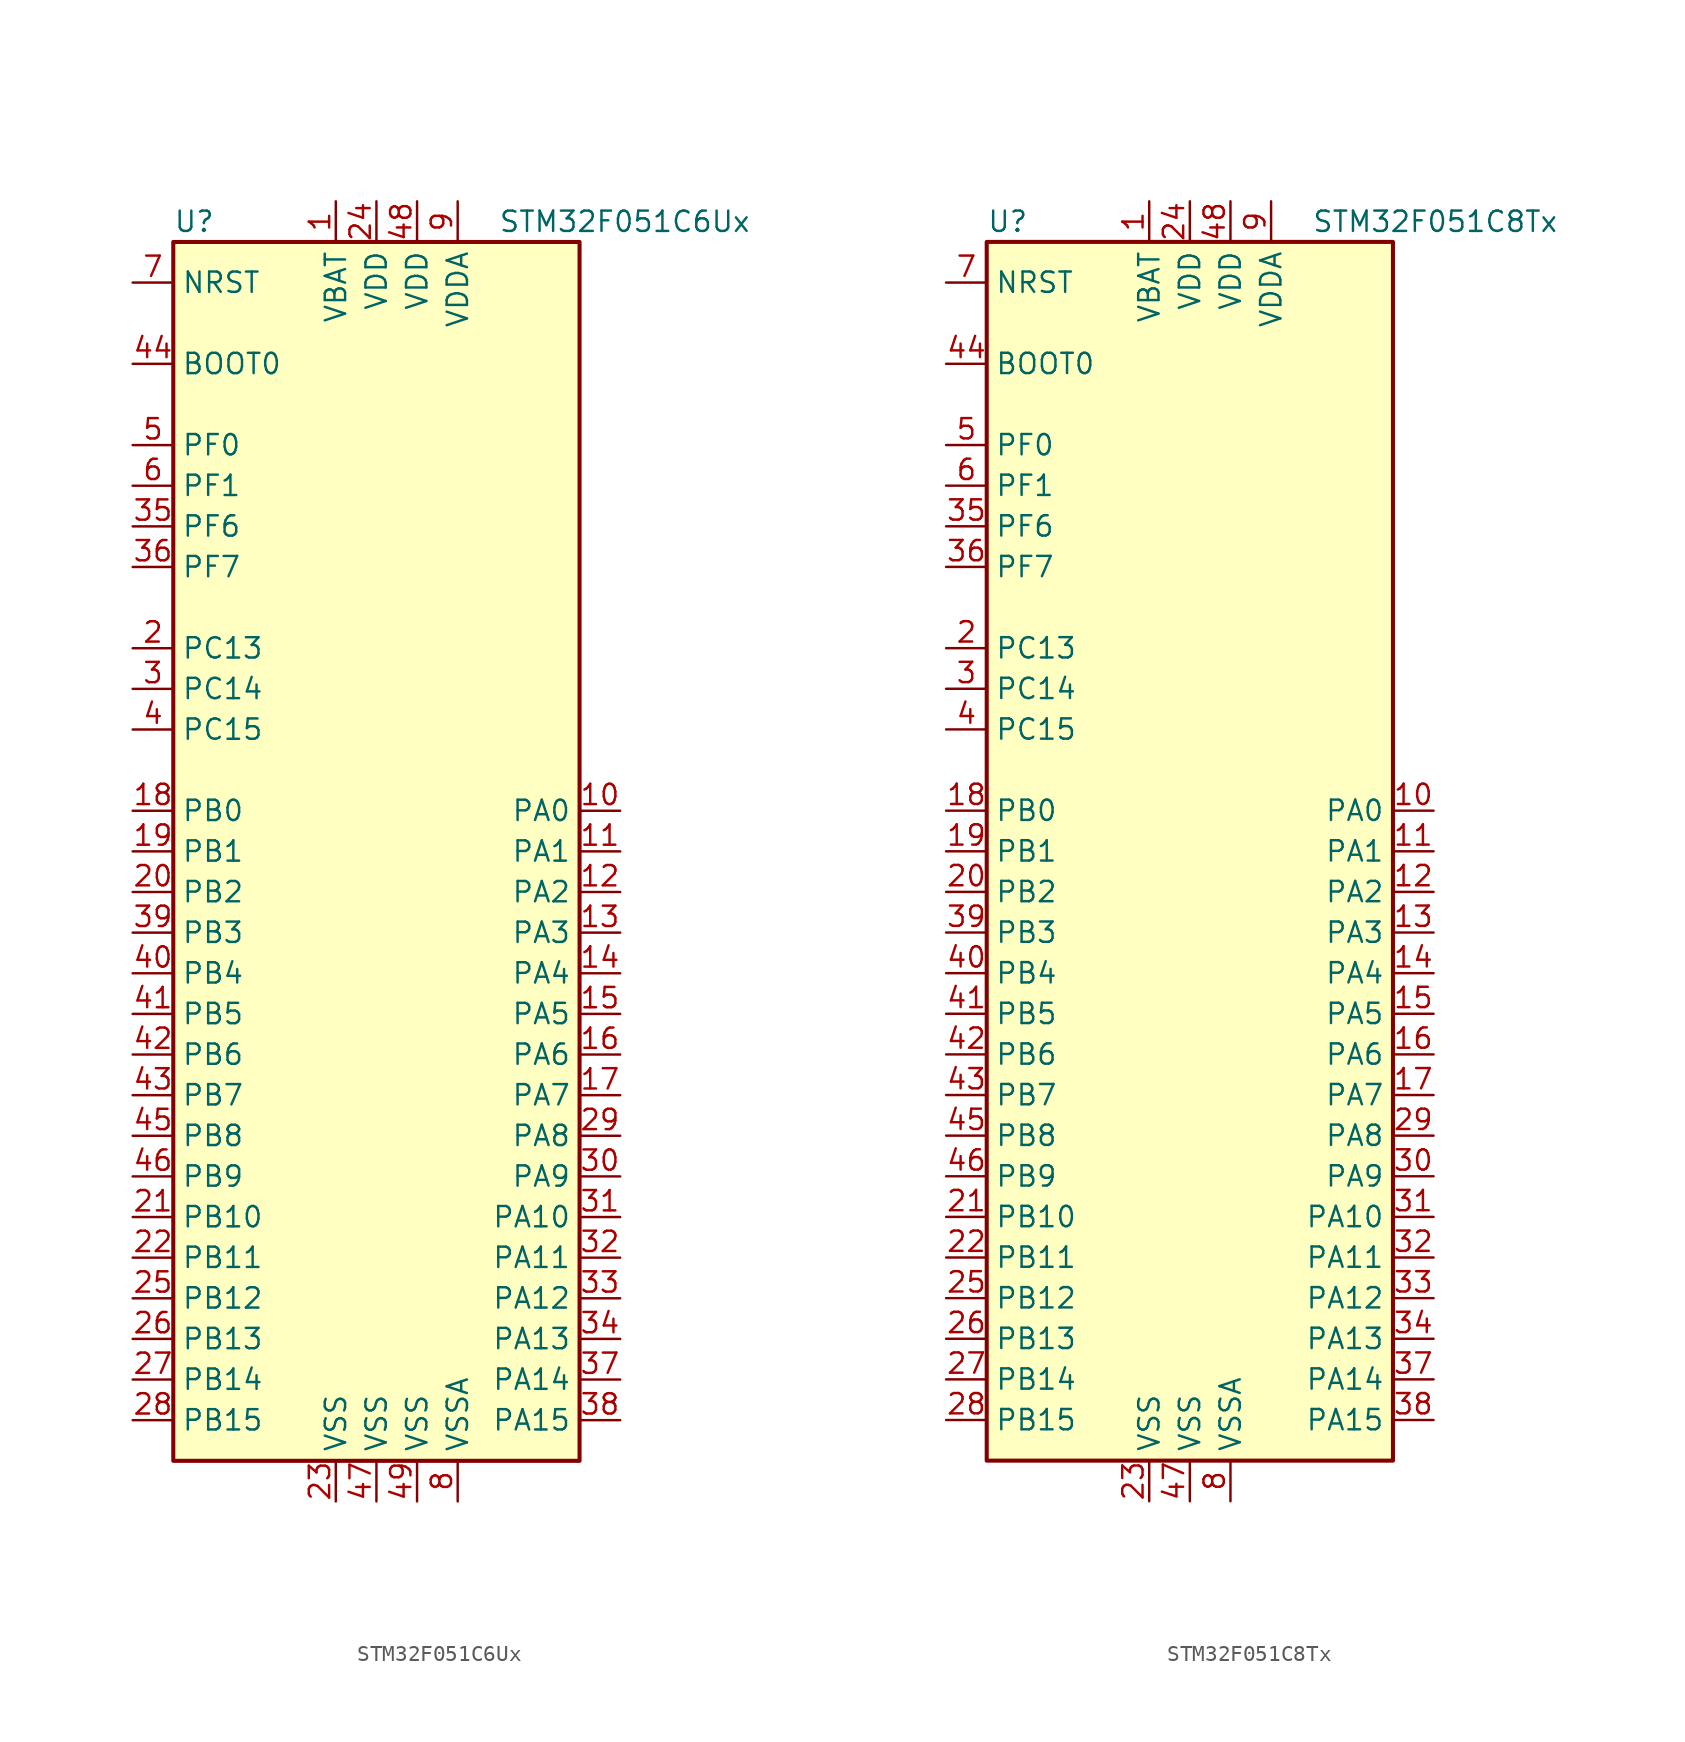
<source format=kicad_sym>
(kicad_symbol_lib
  (version 20201005)
  (generator kicad_symbol_editor)
  (symbol "STM32F051C6Ux"
    (property "Reference" "U"
      (at -12.7 39.37 0)
      (effects (font (size 1.27 1.27)) (justify left)))
    (property "Value" "STM32F051C6Ux"
      (at 7.62 39.37 0)
      (effects (font (size 1.27 1.27)) (justify left)))
    (symbol "STM32F051C6Ux_0_1"
      (rectangle (start -12.7 -38.1) (end 12.7 38.1) (stroke (width 0.254)) (fill (type background))))
    (symbol "STM32F051C6Ux_1_1"
      (pin input line (at -15.24 30.48 0) (length 2.54) (name "BOOT0" (effects (font (size 1.27 1.27)))) (number "44" (effects (font (size 1.27 1.27)))))
      (pin input line (at -15.24 35.56 0) (length 2.54) (name "NRST" (effects (font (size 1.27 1.27)))) (number "7" (effects (font (size 1.27 1.27)))))
      (pin bidirectional line (at 15.24 2.54 180) (length 2.54) (name "PA0" (effects (font (size 1.27 1.27)))) (number "10" (effects (font (size 1.27 1.27)))))
      (pin bidirectional line (at 15.24 0 180) (length 2.54) (name "PA1" (effects (font (size 1.27 1.27)))) (number "11" (effects (font (size 1.27 1.27)))))
      (pin bidirectional line (at 15.24 -22.86 180) (length 2.54) (name "PA10" (effects (font (size 1.27 1.27)))) (number "31" (effects (font (size 1.27 1.27)))))
      (pin bidirectional line (at 15.24 -25.4 180) (length 2.54) (name "PA11" (effects (font (size 1.27 1.27)))) (number "32" (effects (font (size 1.27 1.27)))))
      (pin bidirectional line (at 15.24 -27.94 180) (length 2.54) (name "PA12" (effects (font (size 1.27 1.27)))) (number "33" (effects (font (size 1.27 1.27)))))
      (pin bidirectional line (at 15.24 -30.48 180) (length 2.54) (name "PA13" (effects (font (size 1.27 1.27)))) (number "34" (effects (font (size 1.27 1.27)))))
      (pin bidirectional line (at 15.24 -33.02 180) (length 2.54) (name "PA14" (effects (font (size 1.27 1.27)))) (number "37" (effects (font (size 1.27 1.27)))))
      (pin bidirectional line (at 15.24 -35.56 180) (length 2.54) (name "PA15" (effects (font (size 1.27 1.27)))) (number "38" (effects (font (size 1.27 1.27)))))
      (pin bidirectional line (at 15.24 -2.54 180) (length 2.54) (name "PA2" (effects (font (size 1.27 1.27)))) (number "12" (effects (font (size 1.27 1.27)))))
      (pin bidirectional line (at 15.24 -5.08 180) (length 2.54) (name "PA3" (effects (font (size 1.27 1.27)))) (number "13" (effects (font (size 1.27 1.27)))))
      (pin bidirectional line (at 15.24 -7.62 180) (length 2.54) (name "PA4" (effects (font (size 1.27 1.27)))) (number "14" (effects (font (size 1.27 1.27)))))
      (pin bidirectional line (at 15.24 -10.16 180) (length 2.54) (name "PA5" (effects (font (size 1.27 1.27)))) (number "15" (effects (font (size 1.27 1.27)))))
      (pin bidirectional line (at 15.24 -12.7 180) (length 2.54) (name "PA6" (effects (font (size 1.27 1.27)))) (number "16" (effects (font (size 1.27 1.27)))))
      (pin bidirectional line (at 15.24 -15.24 180) (length 2.54) (name "PA7" (effects (font (size 1.27 1.27)))) (number "17" (effects (font (size 1.27 1.27)))))
      (pin bidirectional line (at 15.24 -17.78 180) (length 2.54) (name "PA8" (effects (font (size 1.27 1.27)))) (number "29" (effects (font (size 1.27 1.27)))))
      (pin bidirectional line (at 15.24 -20.32 180) (length 2.54) (name "PA9" (effects (font (size 1.27 1.27)))) (number "30" (effects (font (size 1.27 1.27)))))
      (pin bidirectional line (at -15.24 2.54 0) (length 2.54) (name "PB0" (effects (font (size 1.27 1.27)))) (number "18" (effects (font (size 1.27 1.27)))))
      (pin bidirectional line (at -15.24 0 0) (length 2.54) (name "PB1" (effects (font (size 1.27 1.27)))) (number "19" (effects (font (size 1.27 1.27)))))
      (pin bidirectional line (at -15.24 -22.86 0) (length 2.54) (name "PB10" (effects (font (size 1.27 1.27)))) (number "21" (effects (font (size 1.27 1.27)))))
      (pin bidirectional line (at -15.24 -25.4 0) (length 2.54) (name "PB11" (effects (font (size 1.27 1.27)))) (number "22" (effects (font (size 1.27 1.27)))))
      (pin bidirectional line (at -15.24 -27.94 0) (length 2.54) (name "PB12" (effects (font (size 1.27 1.27)))) (number "25" (effects (font (size 1.27 1.27)))))
      (pin bidirectional line (at -15.24 -30.48 0) (length 2.54) (name "PB13" (effects (font (size 1.27 1.27)))) (number "26" (effects (font (size 1.27 1.27)))))
      (pin bidirectional line (at -15.24 -33.02 0) (length 2.54) (name "PB14" (effects (font (size 1.27 1.27)))) (number "27" (effects (font (size 1.27 1.27)))))
      (pin bidirectional line (at -15.24 -35.56 0) (length 2.54) (name "PB15" (effects (font (size 1.27 1.27)))) (number "28" (effects (font (size 1.27 1.27)))))
      (pin bidirectional line (at -15.24 -2.54 0) (length 2.54) (name "PB2" (effects (font (size 1.27 1.27)))) (number "20" (effects (font (size 1.27 1.27)))))
      (pin bidirectional line (at -15.24 -5.08 0) (length 2.54) (name "PB3" (effects (font (size 1.27 1.27)))) (number "39" (effects (font (size 1.27 1.27)))))
      (pin bidirectional line (at -15.24 -7.62 0) (length 2.54) (name "PB4" (effects (font (size 1.27 1.27)))) (number "40" (effects (font (size 1.27 1.27)))))
      (pin bidirectional line (at -15.24 -10.16 0) (length 2.54) (name "PB5" (effects (font (size 1.27 1.27)))) (number "41" (effects (font (size 1.27 1.27)))))
      (pin bidirectional line (at -15.24 -12.7 0) (length 2.54) (name "PB6" (effects (font (size 1.27 1.27)))) (number "42" (effects (font (size 1.27 1.27)))))
      (pin bidirectional line (at -15.24 -15.24 0) (length 2.54) (name "PB7" (effects (font (size 1.27 1.27)))) (number "43" (effects (font (size 1.27 1.27)))))
      (pin bidirectional line (at -15.24 -17.78 0) (length 2.54) (name "PB8" (effects (font (size 1.27 1.27)))) (number "45" (effects (font (size 1.27 1.27)))))
      (pin bidirectional line (at -15.24 -20.32 0) (length 2.54) (name "PB9" (effects (font (size 1.27 1.27)))) (number "46" (effects (font (size 1.27 1.27)))))
      (pin bidirectional line (at -15.24 12.7 0) (length 2.54) (name "PC13" (effects (font (size 1.27 1.27)))) (number "2" (effects (font (size 1.27 1.27)))))
      (pin bidirectional line (at -15.24 10.16 0) (length 2.54) (name "PC14" (effects (font (size 1.27 1.27)))) (number "3" (effects (font (size 1.27 1.27)))))
      (pin bidirectional line (at -15.24 7.62 0) (length 2.54) (name "PC15" (effects (font (size 1.27 1.27)))) (number "4" (effects (font (size 1.27 1.27)))))
      (pin input line (at -15.24 25.4 0) (length 2.54) (name "PF0" (effects (font (size 1.27 1.27)))) (number "5" (effects (font (size 1.27 1.27)))))
      (pin input line (at -15.24 22.86 0) (length 2.54) (name "PF1" (effects (font (size 1.27 1.27)))) (number "6" (effects (font (size 1.27 1.27)))))
      (pin bidirectional line (at -15.24 20.32 0) (length 2.54) (name "PF6" (effects (font (size 1.27 1.27)))) (number "35" (effects (font (size 1.27 1.27)))))
      (pin bidirectional line (at -15.24 17.78 0) (length 2.54) (name "PF7" (effects (font (size 1.27 1.27)))) (number "36" (effects (font (size 1.27 1.27)))))
      (pin power_in line (at -2.54 40.64 270) (length 2.54) (name "VBAT" (effects (font (size 1.27 1.27)))) (number "1" (effects (font (size 1.27 1.27)))))
      (pin power_in line (at 0 40.64 270) (length 2.54) (name "VDD" (effects (font (size 1.27 1.27)))) (number "24" (effects (font (size 1.27 1.27)))))
      (pin power_in line (at 2.54 40.64 270) (length 2.54) (name "VDD" (effects (font (size 1.27 1.27)))) (number "48" (effects (font (size 1.27 1.27)))))
      (pin power_in line (at 5.08 40.64 270) (length 2.54) (name "VDDA" (effects (font (size 1.27 1.27)))) (number "9" (effects (font (size 1.27 1.27)))))
      (pin power_in line (at -2.54 -40.64 90) (length 2.54) (name "VSS" (effects (font (size 1.27 1.27)))) (number "23" (effects (font (size 1.27 1.27)))))
      (pin power_in line (at 0 -40.64 90) (length 2.54) (name "VSS" (effects (font (size 1.27 1.27)))) (number "47" (effects (font (size 1.27 1.27)))))
      (pin power_in line (at 2.54 -40.64 90) (length 2.54) (name "VSS" (effects (font (size 1.27 1.27)))) (number "49" (effects (font (size 1.27 1.27)))))
      (pin power_in line (at 5.08 -40.64 90) (length 2.54) (name "VSSA" (effects (font (size 1.27 1.27)))) (number "8" (effects (font (size 1.27 1.27)))))))
  (symbol "STM32F051C8Tx"
    (property "Reference" "U"
      (at -12.7 39.37 0)
      (effects (font (size 1.27 1.27)) (justify left)))
    (property "Value" "STM32F051C8Tx"
      (at 7.62 39.37 0)
      (effects (font (size 1.27 1.27)) (justify left)))
    (symbol "STM32F051C8Tx_0_1"
      (rectangle (start -12.7 -38.1) (end 12.7 38.1) (stroke (width 0.254)) (fill (type background))))
    (symbol "STM32F051C8Tx_1_1"
      (pin input line (at -15.24 30.48 0) (length 2.54) (name "BOOT0" (effects (font (size 1.27 1.27)))) (number "44" (effects (font (size 1.27 1.27)))))
      (pin input line (at -15.24 35.56 0) (length 2.54) (name "NRST" (effects (font (size 1.27 1.27)))) (number "7" (effects (font (size 1.27 1.27)))))
      (pin bidirectional line (at 15.24 2.54 180) (length 2.54) (name "PA0" (effects (font (size 1.27 1.27)))) (number "10" (effects (font (size 1.27 1.27)))))
      (pin bidirectional line (at 15.24 0 180) (length 2.54) (name "PA1" (effects (font (size 1.27 1.27)))) (number "11" (effects (font (size 1.27 1.27)))))
      (pin bidirectional line (at 15.24 -22.86 180) (length 2.54) (name "PA10" (effects (font (size 1.27 1.27)))) (number "31" (effects (font (size 1.27 1.27)))))
      (pin bidirectional line (at 15.24 -25.4 180) (length 2.54) (name "PA11" (effects (font (size 1.27 1.27)))) (number "32" (effects (font (size 1.27 1.27)))))
      (pin bidirectional line (at 15.24 -27.94 180) (length 2.54) (name "PA12" (effects (font (size 1.27 1.27)))) (number "33" (effects (font (size 1.27 1.27)))))
      (pin bidirectional line (at 15.24 -30.48 180) (length 2.54) (name "PA13" (effects (font (size 1.27 1.27)))) (number "34" (effects (font (size 1.27 1.27)))))
      (pin bidirectional line (at 15.24 -33.02 180) (length 2.54) (name "PA14" (effects (font (size 1.27 1.27)))) (number "37" (effects (font (size 1.27 1.27)))))
      (pin bidirectional line (at 15.24 -35.56 180) (length 2.54) (name "PA15" (effects (font (size 1.27 1.27)))) (number "38" (effects (font (size 1.27 1.27)))))
      (pin bidirectional line (at 15.24 -2.54 180) (length 2.54) (name "PA2" (effects (font (size 1.27 1.27)))) (number "12" (effects (font (size 1.27 1.27)))))
      (pin bidirectional line (at 15.24 -5.08 180) (length 2.54) (name "PA3" (effects (font (size 1.27 1.27)))) (number "13" (effects (font (size 1.27 1.27)))))
      (pin bidirectional line (at 15.24 -7.62 180) (length 2.54) (name "PA4" (effects (font (size 1.27 1.27)))) (number "14" (effects (font (size 1.27 1.27)))))
      (pin bidirectional line (at 15.24 -10.16 180) (length 2.54) (name "PA5" (effects (font (size 1.27 1.27)))) (number "15" (effects (font (size 1.27 1.27)))))
      (pin bidirectional line (at 15.24 -12.7 180) (length 2.54) (name "PA6" (effects (font (size 1.27 1.27)))) (number "16" (effects (font (size 1.27 1.27)))))
      (pin bidirectional line (at 15.24 -15.24 180) (length 2.54) (name "PA7" (effects (font (size 1.27 1.27)))) (number "17" (effects (font (size 1.27 1.27)))))
      (pin bidirectional line (at 15.24 -17.78 180) (length 2.54) (name "PA8" (effects (font (size 1.27 1.27)))) (number "29" (effects (font (size 1.27 1.27)))))
      (pin bidirectional line (at 15.24 -20.32 180) (length 2.54) (name "PA9" (effects (font (size 1.27 1.27)))) (number "30" (effects (font (size 1.27 1.27)))))
      (pin bidirectional line (at -15.24 2.54 0) (length 2.54) (name "PB0" (effects (font (size 1.27 1.27)))) (number "18" (effects (font (size 1.27 1.27)))))
      (pin bidirectional line (at -15.24 0 0) (length 2.54) (name "PB1" (effects (font (size 1.27 1.27)))) (number "19" (effects (font (size 1.27 1.27)))))
      (pin bidirectional line (at -15.24 -22.86 0) (length 2.54) (name "PB10" (effects (font (size 1.27 1.27)))) (number "21" (effects (font (size 1.27 1.27)))))
      (pin bidirectional line (at -15.24 -25.4 0) (length 2.54) (name "PB11" (effects (font (size 1.27 1.27)))) (number "22" (effects (font (size 1.27 1.27)))))
      (pin bidirectional line (at -15.24 -27.94 0) (length 2.54) (name "PB12" (effects (font (size 1.27 1.27)))) (number "25" (effects (font (size 1.27 1.27)))))
      (pin bidirectional line (at -15.24 -30.48 0) (length 2.54) (name "PB13" (effects (font (size 1.27 1.27)))) (number "26" (effects (font (size 1.27 1.27)))))
      (pin bidirectional line (at -15.24 -33.02 0) (length 2.54) (name "PB14" (effects (font (size 1.27 1.27)))) (number "27" (effects (font (size 1.27 1.27)))))
      (pin bidirectional line (at -15.24 -35.56 0) (length 2.54) (name "PB15" (effects (font (size 1.27 1.27)))) (number "28" (effects (font (size 1.27 1.27)))))
      (pin bidirectional line (at -15.24 -2.54 0) (length 2.54) (name "PB2" (effects (font (size 1.27 1.27)))) (number "20" (effects (font (size 1.27 1.27)))))
      (pin bidirectional line (at -15.24 -5.08 0) (length 2.54) (name "PB3" (effects (font (size 1.27 1.27)))) (number "39" (effects (font (size 1.27 1.27)))))
      (pin bidirectional line (at -15.24 -7.62 0) (length 2.54) (name "PB4" (effects (font (size 1.27 1.27)))) (number "40" (effects (font (size 1.27 1.27)))))
      (pin bidirectional line (at -15.24 -10.16 0) (length 2.54) (name "PB5" (effects (font (size 1.27 1.27)))) (number "41" (effects (font (size 1.27 1.27)))))
      (pin bidirectional line (at -15.24 -12.7 0) (length 2.54) (name "PB6" (effects (font (size 1.27 1.27)))) (number "42" (effects (font (size 1.27 1.27)))))
      (pin bidirectional line (at -15.24 -15.24 0) (length 2.54) (name "PB7" (effects (font (size 1.27 1.27)))) (number "43" (effects (font (size 1.27 1.27)))))
      (pin bidirectional line (at -15.24 -17.78 0) (length 2.54) (name "PB8" (effects (font (size 1.27 1.27)))) (number "45" (effects (font (size 1.27 1.27)))))
      (pin bidirectional line (at -15.24 -20.32 0) (length 2.54) (name "PB9" (effects (font (size 1.27 1.27)))) (number "46" (effects (font (size 1.27 1.27)))))
      (pin bidirectional line (at -15.24 12.7 0) (length 2.54) (name "PC13" (effects (font (size 1.27 1.27)))) (number "2" (effects (font (size 1.27 1.27)))))
      (pin bidirectional line (at -15.24 10.16 0) (length 2.54) (name "PC14" (effects (font (size 1.27 1.27)))) (number "3" (effects (font (size 1.27 1.27)))))
      (pin bidirectional line (at -15.24 7.62 0) (length 2.54) (name "PC15" (effects (font (size 1.27 1.27)))) (number "4" (effects (font (size 1.27 1.27)))))
      (pin input line (at -15.24 25.4 0) (length 2.54) (name "PF0" (effects (font (size 1.27 1.27)))) (number "5" (effects (font (size 1.27 1.27)))))
      (pin input line (at -15.24 22.86 0) (length 2.54) (name "PF1" (effects (font (size 1.27 1.27)))) (number "6" (effects (font (size 1.27 1.27)))))
      (pin bidirectional line (at -15.24 20.32 0) (length 2.54) (name "PF6" (effects (font (size 1.27 1.27)))) (number "35" (effects (font (size 1.27 1.27)))))
      (pin bidirectional line (at -15.24 17.78 0) (length 2.54) (name "PF7" (effects (font (size 1.27 1.27)))) (number "36" (effects (font (size 1.27 1.27)))))
      (pin power_in line (at -2.54 40.64 270) (length 2.54) (name "VBAT" (effects (font (size 1.27 1.27)))) (number "1" (effects (font (size 1.27 1.27)))))
      (pin power_in line (at 0 40.64 270) (length 2.54) (name "VDD" (effects (font (size 1.27 1.27)))) (number "24" (effects (font (size 1.27 1.27)))))
      (pin power_in line (at 2.54 40.64 270) (length 2.54) (name "VDD" (effects (font (size 1.27 1.27)))) (number "48" (effects (font (size 1.27 1.27)))))
      (pin power_in line (at 5.08 40.64 270) (length 2.54) (name "VDDA" (effects (font (size 1.27 1.27)))) (number "9" (effects (font (size 1.27 1.27)))))
      (pin power_in line (at -2.54 -40.64 90) (length 2.54) (name "VSS" (effects (font (size 1.27 1.27)))) (number "23" (effects (font (size 1.27 1.27)))))
      (pin power_in line (at 0 -40.64 90) (length 2.54) (name "VSS" (effects (font (size 1.27 1.27)))) (number "47" (effects (font (size 1.27 1.27)))))
      (pin power_in line (at 2.54 -40.64 90) (length 2.54) (name "VSSA" (effects (font (size 1.27 1.27)))) (number "8" (effects (font (size 1.27 1.27))))))))
</source>
